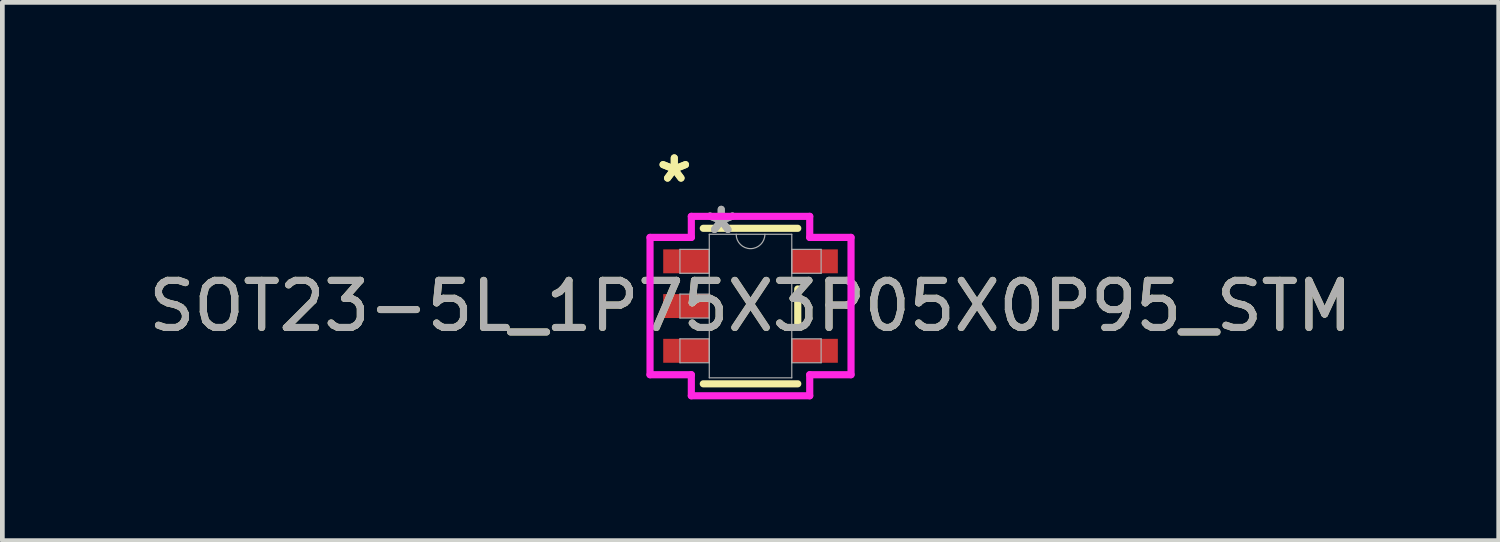
<source format=kicad_pcb>
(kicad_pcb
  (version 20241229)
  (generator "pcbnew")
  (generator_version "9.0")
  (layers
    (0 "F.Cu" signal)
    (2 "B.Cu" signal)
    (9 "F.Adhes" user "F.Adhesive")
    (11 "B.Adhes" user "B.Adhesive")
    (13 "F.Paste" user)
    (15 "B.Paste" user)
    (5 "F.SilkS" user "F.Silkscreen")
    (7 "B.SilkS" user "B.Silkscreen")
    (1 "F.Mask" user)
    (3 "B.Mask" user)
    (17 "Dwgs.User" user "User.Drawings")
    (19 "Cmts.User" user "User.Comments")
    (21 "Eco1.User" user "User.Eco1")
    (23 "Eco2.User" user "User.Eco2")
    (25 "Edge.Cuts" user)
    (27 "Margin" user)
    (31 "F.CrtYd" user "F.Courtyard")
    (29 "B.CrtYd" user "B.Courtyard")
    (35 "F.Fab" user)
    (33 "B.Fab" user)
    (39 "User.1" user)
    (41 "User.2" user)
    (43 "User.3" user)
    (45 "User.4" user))
  (footprint "SOT23-5L_1P75X3P05X0P95_STM"
    (layer "F.Cu")
    (at 12.887 3.449)
    (property "Reference" "SOT23-5L_1P75X3P05X0P95_STM" (at 0 0 0) (unlocked yes) (layer "F.SilkS") (effects (font (size 1 1) (thickness 0.15))))
    (attr smd)
    (fp_line (start -1.003 1.651) (end 1.003 1.651) (stroke (width 0.152) (type solid)) (layer "F.SilkS"))
    (fp_line (start 1.003 -1.651) (end -1.003 -1.651) (stroke (width 0.152) (type solid)) (layer "F.SilkS"))
    (fp_line (start 1.003 0.363) (end 1.003 -0.363) (stroke (width 0.152) (type solid)) (layer "F.SilkS"))
    (fp_line (start -2.134 -1.458) (end -1.257 -1.458) (stroke (width 0.152) (type solid)) (layer "F.CrtYd"))
    (fp_line (start -2.134 1.458) (end -2.134 -1.458) (stroke (width 0.152) (type solid)) (layer "F.CrtYd"))
    (fp_line (start -1.257 -1.905) (end 1.257 -1.905) (stroke (width 0.152) (type solid)) (layer "F.CrtYd"))
    (fp_line (start -1.257 -1.458) (end -1.257 -1.905) (stroke (width 0.152) (type solid)) (layer "F.CrtYd"))
    (fp_line (start -1.257 1.458) (end -2.134 1.458) (stroke (width 0.152) (type solid)) (layer "F.CrtYd"))
    (fp_line (start -1.257 1.905) (end -1.257 1.458) (stroke (width 0.152) (type solid)) (layer "F.CrtYd"))
    (fp_line (start 1.257 -1.905) (end 1.257 -1.458) (stroke (width 0.152) (type solid)) (layer "F.CrtYd"))
    (fp_line (start 1.257 -1.458) (end 2.134 -1.458) (stroke (width 0.152) (type solid)) (layer "F.CrtYd"))
    (fp_line (start 1.257 1.458) (end 1.257 1.905) (stroke (width 0.152) (type solid)) (layer "F.CrtYd"))
    (fp_line (start 1.257 1.905) (end -1.257 1.905) (stroke (width 0.152) (type solid)) (layer "F.CrtYd"))
    (fp_line (start 2.134 -1.458) (end 2.134 1.458) (stroke (width 0.152) (type solid)) (layer "F.CrtYd"))
    (fp_line (start 2.134 1.458) (end 1.257 1.458) (stroke (width 0.152) (type solid)) (layer "F.CrtYd"))
    (fp_line (start -1.499 -1.204) (end -1.499 -0.696) (stroke (width 0.025) (type solid)) (layer "F.Fab"))
    (fp_line (start -1.499 -0.696) (end -0.876 -0.696) (stroke (width 0.025) (type solid)) (layer "F.Fab"))
    (fp_line (start -1.499 -0.254) (end -1.499 0.254) (stroke (width 0.025) (type solid)) (layer "F.Fab"))
    (fp_line (start -1.499 0.254) (end -0.876 0.254) (stroke (width 0.025) (type solid)) (layer "F.Fab"))
    (fp_line (start -1.499 0.696) (end -1.499 1.204) (stroke (width 0.025) (type solid)) (layer "F.Fab"))
    (fp_line (start -1.499 1.204) (end -0.876 1.204) (stroke (width 0.025) (type solid)) (layer "F.Fab"))
    (fp_line (start -0.876 -1.524) (end -0.876 1.524) (stroke (width 0.025) (type solid)) (layer "F.Fab"))
    (fp_line (start -0.876 -1.204) (end -1.499 -1.204) (stroke (width 0.025) (type solid)) (layer "F.Fab"))
    (fp_line (start -0.876 -0.696) (end -0.876 -1.204) (stroke (width 0.025) (type solid)) (layer "F.Fab"))
    (fp_line (start -0.876 -0.254) (end -1.499 -0.254) (stroke (width 0.025) (type solid)) (layer "F.Fab"))
    (fp_line (start -0.876 0.254) (end -0.876 -0.254) (stroke (width 0.025) (type solid)) (layer "F.Fab"))
    (fp_line (start -0.876 0.696) (end -1.499 0.696) (stroke (width 0.025) (type solid)) (layer "F.Fab"))
    (fp_line (start -0.876 1.204) (end -0.876 0.696) (stroke (width 0.025) (type solid)) (layer "F.Fab"))
    (fp_line (start -0.876 1.524) (end 0.876 1.524) (stroke (width 0.025) (type solid)) (layer "F.Fab"))
    (fp_line (start 0.876 -1.524) (end -0.876 -1.524) (stroke (width 0.025) (type solid)) (layer "F.Fab"))
    (fp_line (start 0.876 -1.204) (end 0.876 -0.696) (stroke (width 0.025) (type solid)) (layer "F.Fab"))
    (fp_line (start 0.876 -0.696) (end 1.499 -0.696) (stroke (width 0.025) (type solid)) (layer "F.Fab"))
    (fp_line (start 0.876 0.696) (end 0.876 1.204) (stroke (width 0.025) (type solid)) (layer "F.Fab"))
    (fp_line (start 0.876 1.204) (end 1.499 1.204) (stroke (width 0.025) (type solid)) (layer "F.Fab"))
    (fp_line (start 0.876 1.524) (end 0.876 -1.524) (stroke (width 0.025) (type solid)) (layer "F.Fab"))
    (fp_line (start 1.499 -1.204) (end 0.876 -1.204) (stroke (width 0.025) (type solid)) (layer "F.Fab"))
    (fp_line (start 1.499 -0.696) (end 1.499 -1.204) (stroke (width 0.025) (type solid)) (layer "F.Fab"))
    (fp_line (start 1.499 0.696) (end 0.876 0.696) (stroke (width 0.025) (type solid)) (layer "F.Fab"))
    (fp_line (start 1.499 1.204) (end 1.499 0.696) (stroke (width 0.025) (type solid)) (layer "F.Fab"))
    (fp_arc (start 0.3048 -1.524) (mid 0 -1.2192) (end -0.3048 -1.524) (stroke (width 0.0254) (type solid)) (layer "F.Fab"))
    (fp_text user "*" (at -1.619 -2.601 0) (unlocked yes) (layer "F.SilkS") (effects (font (size 1 1) (thickness 0.15))))
    (fp_text user "*" (at -1.619 -2.601 0) (layer "F.SilkS") (effects (font (size 1 1) (thickness 0.15))))
    (fp_text user "*" (at -0.622 -1.509 0) (layer "F.Fab") (effects (font (size 1 1) (thickness 0.15))))
    (fp_text user "*" (at -0.622 -1.509 0) (unlocked yes) (layer "F.Fab") (effects (font (size 1 1) (thickness 0.15))))
    (fp_text user "${REFERENCE}" (at 0 0 0) (unlocked yes) (layer "F.Fab") (effects (font (size 1 1) (thickness 0.15))))
    (pad "1" smd rect (at -1.365 -0.95) (size 0.978 0.508) (layers "F.Cu" "F.Mask" "F.Paste"))
    (pad "2" smd rect (at -1.365 0) (size 0.978 0.508) (layers "F.Cu" "F.Mask" "F.Paste"))
    (pad "3" smd rect (at -1.365 0.95) (size 0.978 0.508) (layers "F.Cu" "F.Mask" "F.Paste"))
    (pad "4" smd rect (at 1.365 0.95) (size 0.978 0.508) (layers "F.Cu" "F.Mask" "F.Paste"))
    (pad "5" smd rect (at 1.365 -0.95) (size 0.978 0.508) (layers "F.Cu" "F.Mask" "F.Paste")))
  (gr_rect
    (start -3 -3)
    (end 28.774 8.43)
    (stroke (width 0.1) (type default))
    (fill no)
    (layer "Edge.Cuts")))
</source>
